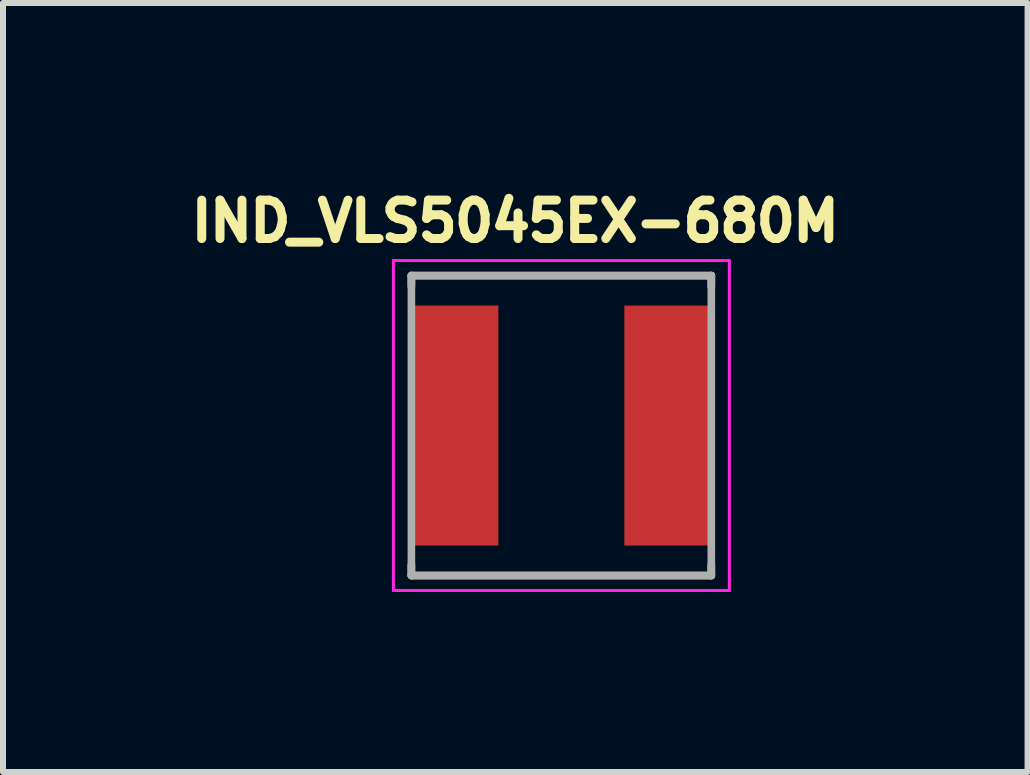
<source format=kicad_pcb>
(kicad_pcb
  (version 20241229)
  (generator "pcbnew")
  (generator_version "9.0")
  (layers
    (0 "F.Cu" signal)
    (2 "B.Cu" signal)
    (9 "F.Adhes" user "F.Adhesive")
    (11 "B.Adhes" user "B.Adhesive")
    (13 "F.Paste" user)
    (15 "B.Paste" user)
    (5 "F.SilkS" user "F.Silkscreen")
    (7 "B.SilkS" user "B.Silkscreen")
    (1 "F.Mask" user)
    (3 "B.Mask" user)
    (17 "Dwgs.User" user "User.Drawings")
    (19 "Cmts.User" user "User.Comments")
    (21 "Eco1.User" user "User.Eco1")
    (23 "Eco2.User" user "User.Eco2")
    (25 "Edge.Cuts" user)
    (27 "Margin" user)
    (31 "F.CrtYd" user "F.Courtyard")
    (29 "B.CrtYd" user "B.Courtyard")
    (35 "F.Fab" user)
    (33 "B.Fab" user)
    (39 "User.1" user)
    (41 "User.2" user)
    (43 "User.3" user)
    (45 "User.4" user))
  (footprint "IND_VLS5045EX-680M"
    (layer "F.Cu")
    (at 6.308 4.044)
    (property "Reference" "IND_VLS5045EX-680M" (at -0.768 -3.406 0) (layer "F.SilkS") (effects (font (size 0.64 0.64) (thickness 0.15))))
    (attr smd)
    (fp_line (start -2.5 -2.5) (end -2.5 -2.32) (stroke (width 0.127) (type solid)) (layer "F.SilkS"))
    (fp_line (start -2.5 -2.5) (end 2.5 -2.5) (stroke (width 0.127) (type solid)) (layer "F.SilkS"))
    (fp_line (start -2.5 2.5) (end -2.5 2.32) (stroke (width 0.127) (type solid)) (layer "F.SilkS"))
    (fp_line (start -2.5 2.5) (end 2.5 2.5) (stroke (width 0.127) (type solid)) (layer "F.SilkS"))
    (fp_line (start 2.5 -2.5) (end 2.5 -2.32) (stroke (width 0.127) (type solid)) (layer "F.SilkS"))
    (fp_line (start 2.5 2.5) (end 2.5 2.32) (stroke (width 0.127) (type solid)) (layer "F.SilkS"))
    (fp_line (start -2.8 -2.75) (end -2.8 2.75) (stroke (width 0.05) (type solid)) (layer "F.CrtYd"))
    (fp_line (start -2.8 2.75) (end 2.8 2.75) (stroke (width 0.05) (type solid)) (layer "F.CrtYd"))
    (fp_line (start 2.8 -2.75) (end -2.8 -2.75) (stroke (width 0.05) (type solid)) (layer "F.CrtYd"))
    (fp_line (start 2.8 2.75) (end 2.8 -2.75) (stroke (width 0.05) (type solid)) (layer "F.CrtYd"))
    (fp_line (start -2.5 -2.5) (end -2.5 2.5) (stroke (width 0.127) (type solid)) (layer "F.Fab"))
    (fp_line (start -2.5 -2.5) (end 2.5 -2.5) (stroke (width 0.127) (type solid)) (layer "F.Fab"))
    (fp_line (start -2.5 2.5) (end 2.5 2.5) (stroke (width 0.127) (type solid)) (layer "F.Fab"))
    (fp_line (start 2.5 -2.5) (end 2.5 2.5) (stroke (width 0.127) (type solid)) (layer "F.Fab"))
    (pad "1" smd rect (at -1.8 0) (size 1.5 4) (layers "F.Cu" "F.Mask" "F.Paste"))
    (pad "2" smd rect (at 1.8 0) (size 1.5 4) (layers "F.Cu" "F.Mask" "F.Paste")))
  (gr_rect
    (start -3 -3)
    (end 14.08 9.819)
    (stroke (width 0.1) (type default))
    (fill no)
    (layer "Edge.Cuts")))
</source>
